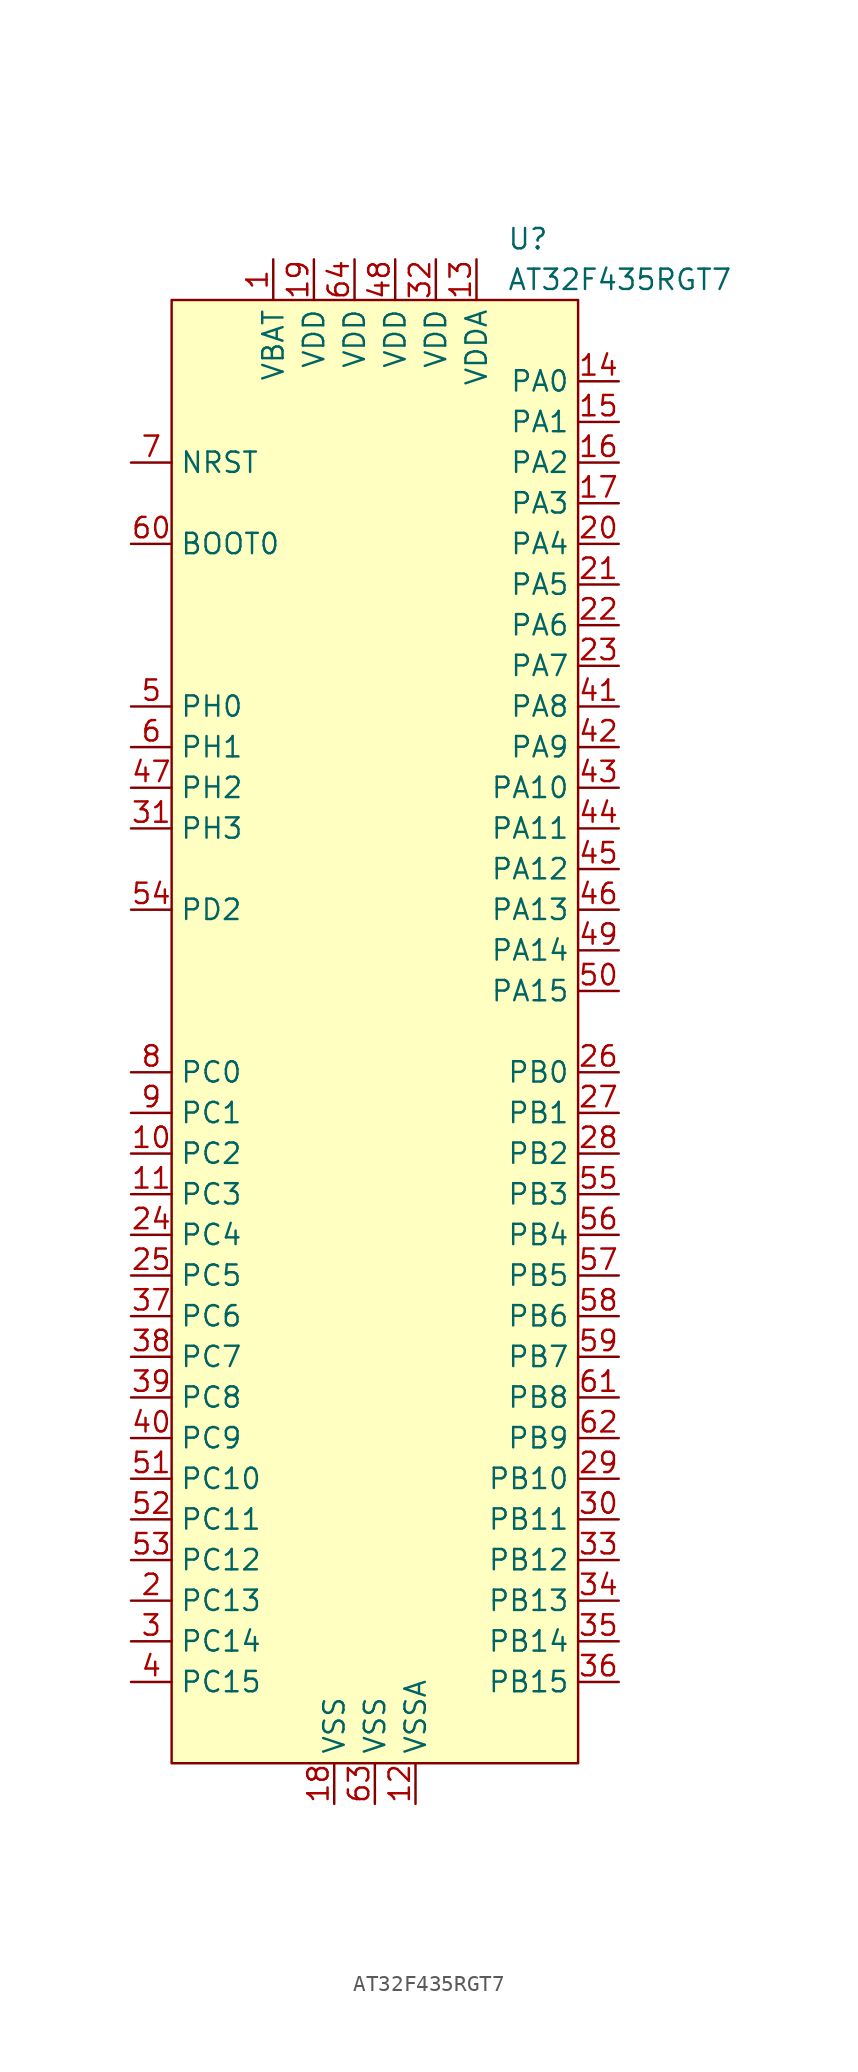
<source format=kicad_sym>
(kicad_symbol_lib
  (version 20220914)
  (generator kicad_symbol_editor)
  (symbol "AT32F435RGT7"
    (property "Reference" "U"
      (at 8.255 41.91 0)
      (effects (font (size 1.27 1.27)) (justify left)))
    (property "Value" "AT32F435RGT7"
      (at 8.255 39.37 0)
      (effects (font (size 1.27 1.27)) (justify left)))
    (symbol "AT32F435RGT7_0_0"
      (pin unspecified line (at -6.35 40.64 270) (length 2.54) (name "VBAT" (effects (font (size 1.27 1.27)))) (number "1" (effects (font (size 1.27 1.27)))))
      (pin unspecified line (at -15.24 -15.24 0) (length 2.54) (name "PC2" (effects (font (size 1.27 1.27)))) (number "10" (effects (font (size 1.27 1.27)))))
      (pin unspecified line (at -15.24 -17.78 0) (length 2.54) (name "PC3" (effects (font (size 1.27 1.27)))) (number "11" (effects (font (size 1.27 1.27)))))
      (pin unspecified line (at 15.24 33.02 180) (length 2.54) (name "PA0" (effects (font (size 1.27 1.27)))) (number "14" (effects (font (size 1.27 1.27)))))
      (pin unspecified line (at 15.24 30.48 180) (length 2.54) (name "PA1" (effects (font (size 1.27 1.27)))) (number "15" (effects (font (size 1.27 1.27)))))
      (pin unspecified line (at 15.24 27.94 180) (length 2.54) (name "PA2" (effects (font (size 1.27 1.27)))) (number "16" (effects (font (size 1.27 1.27)))))
      (pin unspecified line (at 15.24 25.4 180) (length 2.54) (name "PA3" (effects (font (size 1.27 1.27)))) (number "17" (effects (font (size 1.27 1.27)))))
      (pin unspecified line (at -2.54 -55.88 90) (length 2.54) (name "VSS" (effects (font (size 1.27 1.27)))) (number "18" (effects (font (size 1.27 1.27)))))
      (pin unspecified line (at -3.81 40.64 270) (length 2.54) (name "VDD" (effects (font (size 1.27 1.27)))) (number "19" (effects (font (size 1.27 1.27)))))
      (pin unspecified line (at 15.24 22.86 180) (length 2.54) (name "PA4" (effects (font (size 1.27 1.27)))) (number "20" (effects (font (size 1.27 1.27)))))
      (pin unspecified line (at 15.24 20.32 180) (length 2.54) (name "PA5" (effects (font (size 1.27 1.27)))) (number "21" (effects (font (size 1.27 1.27)))))
      (pin unspecified line (at 15.24 17.78 180) (length 2.54) (name "PA6" (effects (font (size 1.27 1.27)))) (number "22" (effects (font (size 1.27 1.27)))))
      (pin unspecified line (at 15.24 15.24 180) (length 2.54) (name "PA7" (effects (font (size 1.27 1.27)))) (number "23" (effects (font (size 1.27 1.27)))))
      (pin unspecified line (at -15.24 -20.32 0) (length 2.54) (name "PC4" (effects (font (size 1.27 1.27)))) (number "24" (effects (font (size 1.27 1.27)))))
      (pin unspecified line (at -15.24 -22.86 0) (length 2.54) (name "PC5" (effects (font (size 1.27 1.27)))) (number "25" (effects (font (size 1.27 1.27)))))
      (pin unspecified line (at 15.24 -10.16 180) (length 2.54) (name "PB0" (effects (font (size 1.27 1.27)))) (number "26" (effects (font (size 1.27 1.27)))))
      (pin unspecified line (at 15.24 -12.7 180) (length 2.54) (name "PB1" (effects (font (size 1.27 1.27)))) (number "27" (effects (font (size 1.27 1.27)))))
      (pin unspecified line (at 15.24 -15.24 180) (length 2.54) (name "PB2" (effects (font (size 1.27 1.27)))) (number "28" (effects (font (size 1.27 1.27)))))
      (pin unspecified line (at 15.24 -35.56 180) (length 2.54) (name "PB10" (effects (font (size 1.27 1.27)))) (number "29" (effects (font (size 1.27 1.27)))))
      (pin unspecified line (at -15.24 -45.72 0) (length 2.54) (name "PC14" (effects (font (size 1.27 1.27)))) (number "3" (effects (font (size 1.27 1.27)))))
      (pin unspecified line (at 15.24 -38.1 180) (length 2.54) (name "PB11" (effects (font (size 1.27 1.27)))) (number "30" (effects (font (size 1.27 1.27)))))
      (pin unspecified line (at -15.24 5.08 0) (length 2.54) (name "PH3" (effects (font (size 1.27 1.27)))) (number "31" (effects (font (size 1.27 1.27)))))
      (pin unspecified line (at 3.81 40.64 270) (length 2.54) (name "VDD" (effects (font (size 1.27 1.27)))) (number "32" (effects (font (size 1.27 1.27)))))
      (pin unspecified line (at 15.24 -40.64 180) (length 2.54) (name "PB12" (effects (font (size 1.27 1.27)))) (number "33" (effects (font (size 1.27 1.27)))))
      (pin unspecified line (at 15.24 -43.18 180) (length 2.54) (name "PB13" (effects (font (size 1.27 1.27)))) (number "34" (effects (font (size 1.27 1.27)))))
      (pin unspecified line (at 15.24 -45.72 180) (length 2.54) (name "PB14" (effects (font (size 1.27 1.27)))) (number "35" (effects (font (size 1.27 1.27)))))
      (pin unspecified line (at 15.24 -48.26 180) (length 2.54) (name "PB15" (effects (font (size 1.27 1.27)))) (number "36" (effects (font (size 1.27 1.27)))))
      (pin unspecified line (at -15.24 -25.4 0) (length 2.54) (name "PC6" (effects (font (size 1.27 1.27)))) (number "37" (effects (font (size 1.27 1.27)))))
      (pin unspecified line (at -15.24 -27.94 0) (length 2.54) (name "PC7" (effects (font (size 1.27 1.27)))) (number "38" (effects (font (size 1.27 1.27)))))
      (pin unspecified line (at -15.24 -30.48 0) (length 2.54) (name "PC8" (effects (font (size 1.27 1.27)))) (number "39" (effects (font (size 1.27 1.27)))))
      (pin unspecified line (at -15.24 -48.26 0) (length 2.54) (name "PC15" (effects (font (size 1.27 1.27)))) (number "4" (effects (font (size 1.27 1.27)))))
      (pin unspecified line (at -15.24 -33.02 0) (length 2.54) (name "PC9" (effects (font (size 1.27 1.27)))) (number "40" (effects (font (size 1.27 1.27)))))
      (pin unspecified line (at 15.24 12.7 180) (length 2.54) (name "PA8" (effects (font (size 1.27 1.27)))) (number "41" (effects (font (size 1.27 1.27)))))
      (pin unspecified line (at 15.24 10.16 180) (length 2.54) (name "PA9" (effects (font (size 1.27 1.27)))) (number "42" (effects (font (size 1.27 1.27)))))
      (pin unspecified line (at 15.24 7.62 180) (length 2.54) (name "PA10" (effects (font (size 1.27 1.27)))) (number "43" (effects (font (size 1.27 1.27)))))
      (pin unspecified line (at 15.24 5.08 180) (length 2.54) (name "PA11" (effects (font (size 1.27 1.27)))) (number "44" (effects (font (size 1.27 1.27)))))
      (pin unspecified line (at 15.24 2.54 180) (length 2.54) (name "PA12" (effects (font (size 1.27 1.27)))) (number "45" (effects (font (size 1.27 1.27)))))
      (pin unspecified line (at 15.24 0 180) (length 2.54) (name "PA13" (effects (font (size 1.27 1.27)))) (number "46" (effects (font (size 1.27 1.27)))))
      (pin unspecified line (at -15.24 7.62 0) (length 2.54) (name "PH2" (effects (font (size 1.27 1.27)))) (number "47" (effects (font (size 1.27 1.27)))))
      (pin unspecified line (at 1.27 40.64 270) (length 2.54) (name "VDD" (effects (font (size 1.27 1.27)))) (number "48" (effects (font (size 1.27 1.27)))))
      (pin unspecified line (at 15.24 -2.54 180) (length 2.54) (name "PA14" (effects (font (size 1.27 1.27)))) (number "49" (effects (font (size 1.27 1.27)))))
      (pin unspecified line (at -15.24 12.7 0) (length 2.54) (name "PH0" (effects (font (size 1.27 1.27)))) (number "5" (effects (font (size 1.27 1.27)))))
      (pin unspecified line (at 15.24 -5.08 180) (length 2.54) (name "PA15" (effects (font (size 1.27 1.27)))) (number "50" (effects (font (size 1.27 1.27)))))
      (pin unspecified line (at -15.24 -35.56 0) (length 2.54) (name "PC10" (effects (font (size 1.27 1.27)))) (number "51" (effects (font (size 1.27 1.27)))))
      (pin unspecified line (at -15.24 -38.1 0) (length 2.54) (name "PC11" (effects (font (size 1.27 1.27)))) (number "52" (effects (font (size 1.27 1.27)))))
      (pin unspecified line (at -15.24 -40.64 0) (length 2.54) (name "PC12" (effects (font (size 1.27 1.27)))) (number "53" (effects (font (size 1.27 1.27)))))
      (pin unspecified line (at -15.24 0 0) (length 2.54) (name "PD2" (effects (font (size 1.27 1.27)))) (number "54" (effects (font (size 1.27 1.27)))))
      (pin unspecified line (at 15.24 -17.78 180) (length 2.54) (name "PB3" (effects (font (size 1.27 1.27)))) (number "55" (effects (font (size 1.27 1.27)))))
      (pin unspecified line (at 15.24 -20.32 180) (length 2.54) (name "PB4" (effects (font (size 1.27 1.27)))) (number "56" (effects (font (size 1.27 1.27)))))
      (pin unspecified line (at 15.24 -22.86 180) (length 2.54) (name "PB5" (effects (font (size 1.27 1.27)))) (number "57" (effects (font (size 1.27 1.27)))))
      (pin unspecified line (at 15.24 -25.4 180) (length 2.54) (name "PB6" (effects (font (size 1.27 1.27)))) (number "58" (effects (font (size 1.27 1.27)))))
      (pin unspecified line (at 15.24 -27.94 180) (length 2.54) (name "PB7" (effects (font (size 1.27 1.27)))) (number "59" (effects (font (size 1.27 1.27)))))
      (pin unspecified line (at -15.24 10.16 0) (length 2.54) (name "PH1" (effects (font (size 1.27 1.27)))) (number "6" (effects (font (size 1.27 1.27)))))
      (pin unspecified line (at -15.24 22.86 0) (length 2.54) (name "BOOT0" (effects (font (size 1.27 1.27)))) (number "60" (effects (font (size 1.27 1.27)))))
      (pin unspecified line (at 15.24 -30.48 180) (length 2.54) (name "PB8" (effects (font (size 1.27 1.27)))) (number "61" (effects (font (size 1.27 1.27)))))
      (pin unspecified line (at 15.24 -33.02 180) (length 2.54) (name "PB9" (effects (font (size 1.27 1.27)))) (number "62" (effects (font (size 1.27 1.27)))))
      (pin unspecified line (at 0 -55.88 90) (length 2.54) (name "VSS" (effects (font (size 1.27 1.27)))) (number "63" (effects (font (size 1.27 1.27)))))
      (pin unspecified line (at -1.27 40.64 270) (length 2.54) (name "VDD" (effects (font (size 1.27 1.27)))) (number "64" (effects (font (size 1.27 1.27)))))
      (pin unspecified line (at -15.24 27.94 0) (length 2.54) (name "NRST" (effects (font (size 1.27 1.27)))) (number "7" (effects (font (size 1.27 1.27)))))
      (pin unspecified line (at -15.24 -10.16 0) (length 2.54) (name "PC0" (effects (font (size 1.27 1.27)))) (number "8" (effects (font (size 1.27 1.27)))))
      (pin unspecified line (at -15.24 -12.7 0) (length 2.54) (name "PC1" (effects (font (size 1.27 1.27)))) (number "9" (effects (font (size 1.27 1.27))))))
    (symbol "AT32F435RGT7_1_0"
      (pin unspecified line (at 2.54 -55.88 90) (length 2.54) (name "VSSA" (effects (font (size 1.27 1.27)))) (number "12" (effects (font (size 1.27 1.27)))))
      (pin unspecified line (at 6.35 40.64 270) (length 2.54) (name "VDDA" (effects (font (size 1.27 1.27)))) (number "13" (effects (font (size 1.27 1.27)))))
      (pin unspecified line (at -15.24 -43.18 0) (length 2.54) (name "PC13" (effects (font (size 1.27 1.27)))) (number "2" (effects (font (size 1.27 1.27))))))
    (symbol "AT32F435RGT7_1_1"
      (rectangle (start -12.7 38.1) (end 12.7 -53.34) (stroke (width 0) (type default)) (fill (type background))))))
</source>
